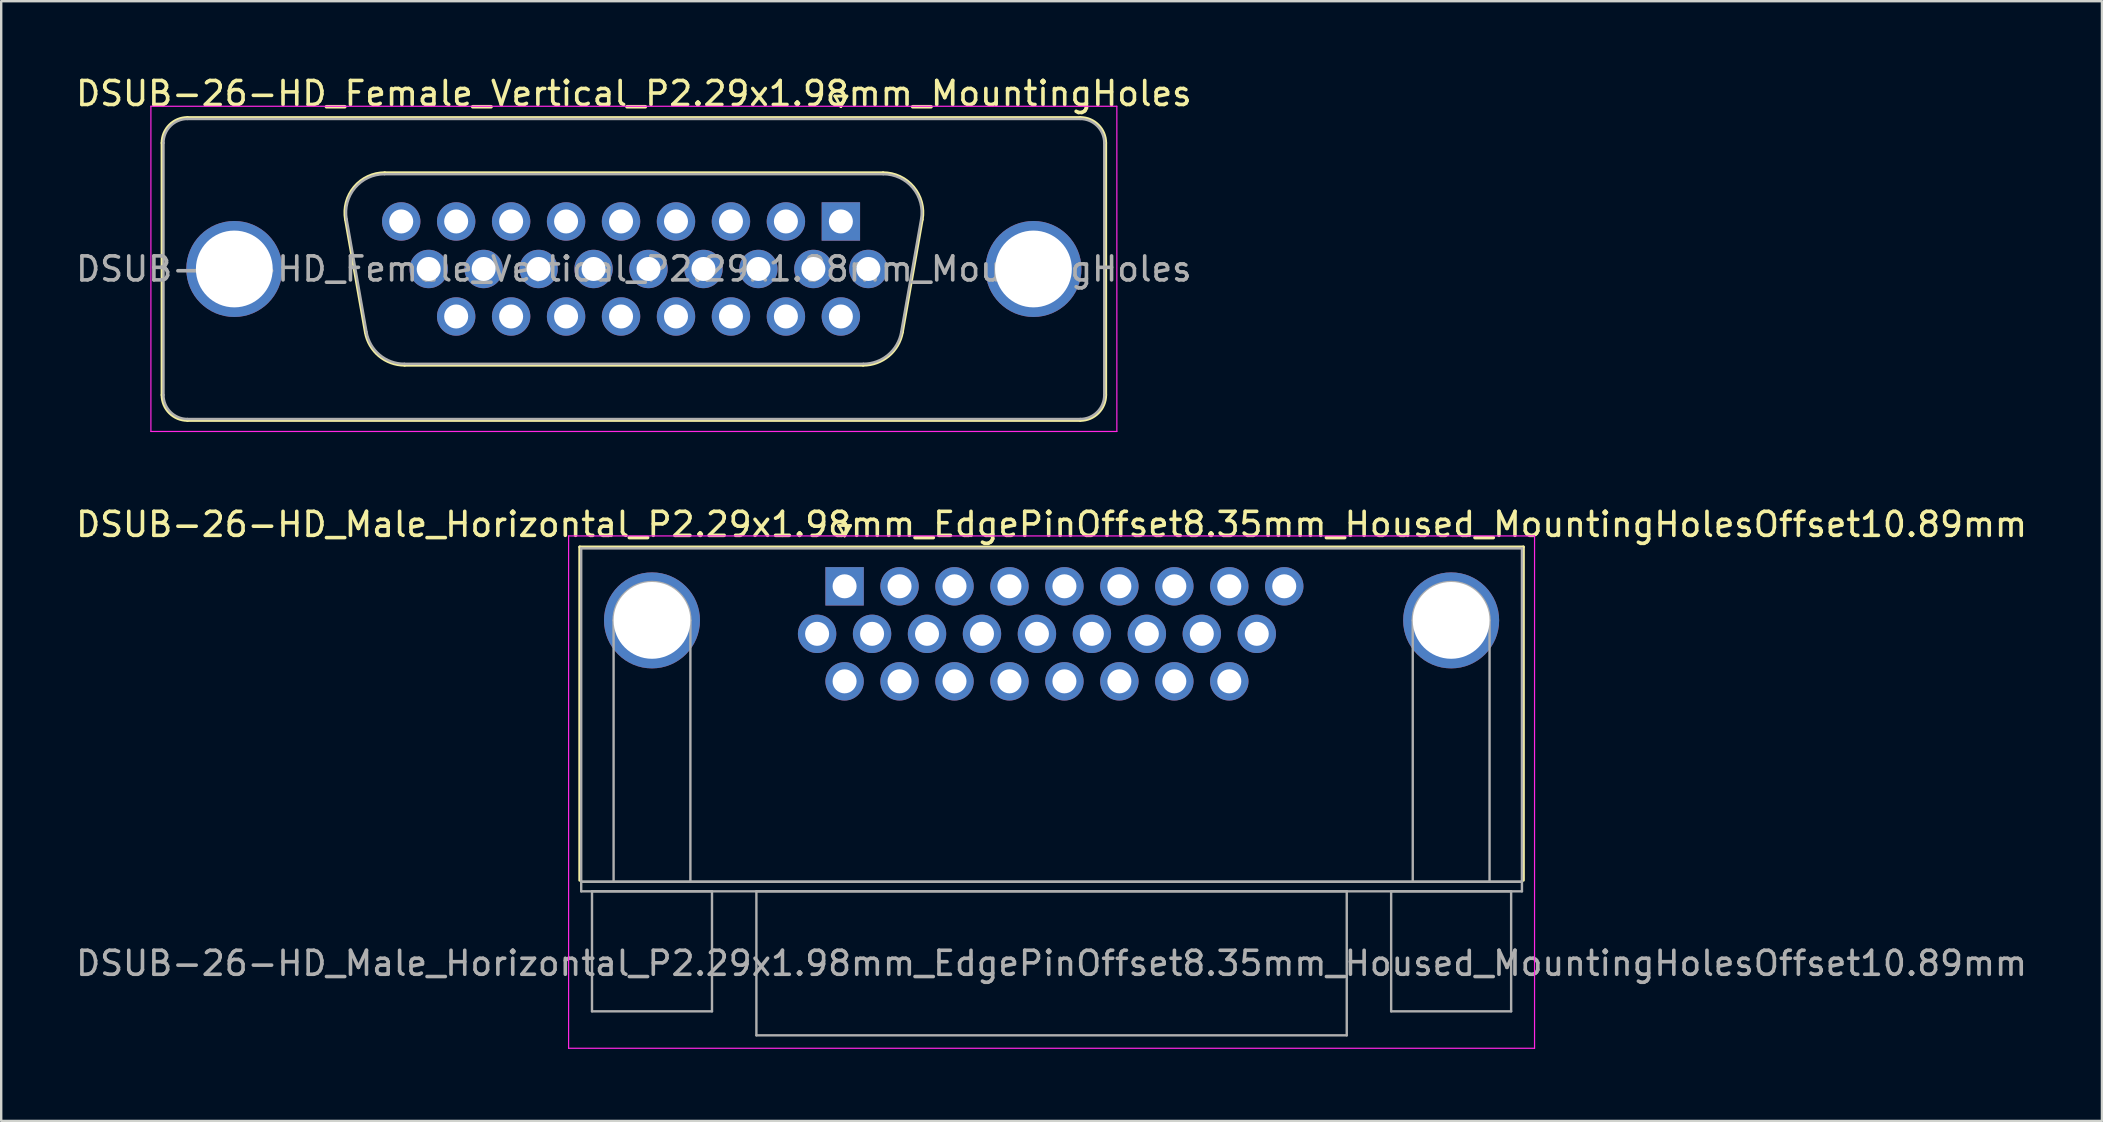
<source format=kicad_pcb>
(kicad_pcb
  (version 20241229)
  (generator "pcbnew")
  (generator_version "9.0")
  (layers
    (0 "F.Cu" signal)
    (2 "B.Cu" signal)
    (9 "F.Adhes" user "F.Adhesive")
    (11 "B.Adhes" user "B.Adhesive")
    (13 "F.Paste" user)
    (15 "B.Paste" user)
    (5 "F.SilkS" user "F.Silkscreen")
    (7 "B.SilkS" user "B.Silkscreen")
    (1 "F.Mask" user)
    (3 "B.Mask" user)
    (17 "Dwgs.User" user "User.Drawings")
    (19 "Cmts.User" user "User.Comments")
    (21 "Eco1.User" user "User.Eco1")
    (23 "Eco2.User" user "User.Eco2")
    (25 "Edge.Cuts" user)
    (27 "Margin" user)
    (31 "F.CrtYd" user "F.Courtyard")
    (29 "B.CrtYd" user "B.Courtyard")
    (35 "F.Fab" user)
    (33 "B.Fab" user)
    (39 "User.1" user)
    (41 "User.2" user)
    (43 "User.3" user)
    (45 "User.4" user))
  (footprint "DSUB-26-HD_Female_Vertical_P2.29x1.98mm_MountingHoles"
    (layer "F.Cu")
    (at 31.988 6.178)
    (property "Reference" "DSUB-26-HD_Female_Vertical_P2.29x1.98mm_MountingHoles" (at -8.625 -5.33 0) (layer "F.SilkS") (effects (font (size 1 1) (thickness 0.15))))
    (attr through_hole)
    (fp_line (start -28.285 7.23) (end -28.285 -3.27) (stroke (width 0.12) (type solid)) (layer "F.SilkS"))
    (fp_line (start -27.225 -4.33) (end 9.975 -4.33) (stroke (width 0.12) (type solid)) (layer "F.SilkS"))
    (fp_line (start -20.641 -0.082) (end -19.813 4.618) (stroke (width 0.12) (type solid)) (layer "F.SilkS"))
    (fp_line (start -19.007 -2.03) (end 1.757 -2.03) (stroke (width 0.12) (type solid)) (layer "F.SilkS"))
    (fp_line (start -18.178 5.99) (end 0.928 5.99) (stroke (width 0.12) (type solid)) (layer "F.SilkS"))
    (fp_line (start -0.25 -5.224) (end 0.25 -5.224) (stroke (width 0.12) (type solid)) (layer "F.SilkS"))
    (fp_line (start 0 -4.791) (end -0.25 -5.224) (stroke (width 0.12) (type solid)) (layer "F.SilkS"))
    (fp_line (start 0.25 -5.224) (end 0 -4.791) (stroke (width 0.12) (type solid)) (layer "F.SilkS"))
    (fp_line (start 3.391 -0.082) (end 2.563 4.618) (stroke (width 0.12) (type solid)) (layer "F.SilkS"))
    (fp_line (start 9.975 8.29) (end -27.225 8.29) (stroke (width 0.12) (type solid)) (layer "F.SilkS"))
    (fp_line (start 11.035 -3.27) (end 11.035 7.23) (stroke (width 0.12) (type solid)) (layer "F.SilkS"))
    (fp_arc (start -28.285 -3.27) (mid -27.974533 -4.019533) (end -27.225 -4.33) (stroke (width 0.12) (type solid)) (layer "F.SilkS"))
    (fp_arc (start -27.225 8.29) (mid -27.974533 7.979533) (end -28.285 7.23) (stroke (width 0.12) (type solid)) (layer "F.SilkS"))
    (fp_arc (start -20.64147 -0.081744) (mid -20.278323 -1.437028) (end -19.006689 -2.03) (stroke (width 0.12) (type solid)) (layer "F.SilkS"))
    (fp_arc (start -18.177952 5.99) (mid -19.244979 5.601634) (end -19.812733 4.618256) (stroke (width 0.12) (type solid)) (layer "F.SilkS"))
    (fp_arc (start 1.756689 -2.03) (mid 3.028323 -1.437027) (end 3.39147 -0.081744) (stroke (width 0.12) (type solid)) (layer "F.SilkS"))
    (fp_arc (start 2.562733 4.618256) (mid 1.99498 5.601634) (end 0.927952 5.99) (stroke (width 0.12) (type solid)) (layer "F.SilkS"))
    (fp_arc (start 9.975 -4.33) (mid 10.724533 -4.019533) (end 11.035 -3.27) (stroke (width 0.12) (type solid)) (layer "F.SilkS"))
    (fp_arc (start 11.035 7.23) (mid 10.724533 7.979533) (end 9.975 8.29) (stroke (width 0.12) (type solid)) (layer "F.SilkS"))
    (fp_line (start -28.75 -4.8) (end -28.75 8.75) (stroke (width 0.05) (type solid)) (layer "F.CrtYd"))
    (fp_line (start -28.75 8.75) (end 11.5 8.75) (stroke (width 0.05) (type solid)) (layer "F.CrtYd"))
    (fp_line (start 11.5 -4.8) (end -28.75 -4.8) (stroke (width 0.05) (type solid)) (layer "F.CrtYd"))
    (fp_line (start 11.5 8.75) (end 11.5 -4.8) (stroke (width 0.05) (type solid)) (layer "F.CrtYd"))
    (fp_line (start -28.225 7.23) (end -28.225 -3.27) (stroke (width 0.1) (type solid)) (layer "F.Fab"))
    (fp_line (start -27.225 -4.27) (end 9.975 -4.27) (stroke (width 0.1) (type solid)) (layer "F.Fab"))
    (fp_line (start -20.594 -0.092) (end -19.765 4.608) (stroke (width 0.1) (type solid)) (layer "F.Fab"))
    (fp_line (start -19.018 -1.97) (end 1.768 -1.97) (stroke (width 0.1) (type solid)) (layer "F.Fab"))
    (fp_line (start -18.189 5.93) (end 0.939 5.93) (stroke (width 0.1) (type solid)) (layer "F.Fab"))
    (fp_line (start 3.344 -0.092) (end 2.515 4.608) (stroke (width 0.1) (type solid)) (layer "F.Fab"))
    (fp_line (start 9.975 8.23) (end -27.225 8.23) (stroke (width 0.1) (type solid)) (layer "F.Fab"))
    (fp_line (start 10.975 -3.27) (end 10.975 7.23) (stroke (width 0.1) (type solid)) (layer "F.Fab"))
    (fp_arc (start -28.225 -3.27) (mid -27.932107 -3.977107) (end -27.225 -4.27) (stroke (width 0.1) (type solid)) (layer "F.Fab"))
    (fp_arc (start -27.225 8.23) (mid -27.932107 7.937107) (end -28.225 7.23) (stroke (width 0.1) (type solid)) (layer "F.Fab"))
    (fp_arc (start -20.593886 -0.092163) (mid -20.243865 -1.39846) (end -19.018194 -1.97) (stroke (width 0.1) (type solid)) (layer "F.Fab"))
    (fp_arc (start -18.189457 5.93) (mid -19.217917 5.555671) (end -19.765149 4.607837) (stroke (width 0.1) (type solid)) (layer "F.Fab"))
    (fp_arc (start 1.768194 -1.97) (mid 2.993865 -1.39846) (end 3.343886 -0.092163) (stroke (width 0.1) (type solid)) (layer "F.Fab"))
    (fp_arc (start 2.515149 4.607837) (mid 1.967917 5.555671) (end 0.939457 5.93) (stroke (width 0.1) (type solid)) (layer "F.Fab"))
    (fp_arc (start 9.975 -4.27) (mid 10.682107 -3.977107) (end 10.975 -3.27) (stroke (width 0.1) (type solid)) (layer "F.Fab"))
    (fp_arc (start 10.975 7.23) (mid 10.682107 7.937107) (end 9.975 8.23) (stroke (width 0.1) (type solid)) (layer "F.Fab"))
    (fp_text user "${REFERENCE}" (at -8.625 1.98 0) (layer "F.Fab") (effects (font (size 1 1) (thickness 0.15))))
    (pad "0" thru_hole circle (at -25.275 1.98) (size 4 4) (drill 3.2) (layers "*.Cu" "*.Mask"))
    (pad "0" thru_hole circle (at 8.025 1.98) (size 4 4) (drill 3.2) (layers "*.Cu" "*.Mask"))
    (pad "1" thru_hole rect (at 0 0) (size 1.6 1.6) (drill 1) (layers "*.Cu" "*.Mask"))
    (pad "2" thru_hole circle (at -2.29 0) (size 1.6 1.6) (drill 1) (layers "*.Cu" "*.Mask"))
    (pad "3" thru_hole circle (at -4.58 0) (size 1.6 1.6) (drill 1) (layers "*.Cu" "*.Mask"))
    (pad "4" thru_hole circle (at -6.87 0) (size 1.6 1.6) (drill 1) (layers "*.Cu" "*.Mask"))
    (pad "5" thru_hole circle (at -9.16 0) (size 1.6 1.6) (drill 1) (layers "*.Cu" "*.Mask"))
    (pad "6" thru_hole circle (at -11.45 0) (size 1.6 1.6) (drill 1) (layers "*.Cu" "*.Mask"))
    (pad "7" thru_hole circle (at -13.74 0) (size 1.6 1.6) (drill 1) (layers "*.Cu" "*.Mask"))
    (pad "8" thru_hole circle (at -16.03 0) (size 1.6 1.6) (drill 1) (layers "*.Cu" "*.Mask"))
    (pad "9" thru_hole circle (at -18.32 0) (size 1.6 1.6) (drill 1) (layers "*.Cu" "*.Mask"))
    (pad "10" thru_hole circle (at 1.145 1.98) (size 1.6 1.6) (drill 1) (layers "*.Cu" "*.Mask"))
    (pad "11" thru_hole circle (at -1.145 1.98) (size 1.6 1.6) (drill 1) (layers "*.Cu" "*.Mask"))
    (pad "12" thru_hole circle (at -3.435 1.98) (size 1.6 1.6) (drill 1) (layers "*.Cu" "*.Mask"))
    (pad "13" thru_hole circle (at -5.725 1.98) (size 1.6 1.6) (drill 1) (layers "*.Cu" "*.Mask"))
    (pad "14" thru_hole circle (at -8.015 1.98) (size 1.6 1.6) (drill 1) (layers "*.Cu" "*.Mask"))
    (pad "15" thru_hole circle (at -10.305 1.98) (size 1.6 1.6) (drill 1) (layers "*.Cu" "*.Mask"))
    (pad "16" thru_hole circle (at -12.595 1.98) (size 1.6 1.6) (drill 1) (layers "*.Cu" "*.Mask"))
    (pad "17" thru_hole circle (at -14.885 1.98) (size 1.6 1.6) (drill 1) (layers "*.Cu" "*.Mask"))
    (pad "18" thru_hole circle (at -17.175 1.98) (size 1.6 1.6) (drill 1) (layers "*.Cu" "*.Mask"))
    (pad "19" thru_hole circle (at 0 3.96) (size 1.6 1.6) (drill 1) (layers "*.Cu" "*.Mask"))
    (pad "20" thru_hole circle (at -2.29 3.96) (size 1.6 1.6) (drill 1) (layers "*.Cu" "*.Mask"))
    (pad "21" thru_hole circle (at -4.58 3.96) (size 1.6 1.6) (drill 1) (layers "*.Cu" "*.Mask"))
    (pad "22" thru_hole circle (at -6.87 3.96) (size 1.6 1.6) (drill 1) (layers "*.Cu" "*.Mask"))
    (pad "23" thru_hole circle (at -9.16 3.96) (size 1.6 1.6) (drill 1) (layers "*.Cu" "*.Mask"))
    (pad "24" thru_hole circle (at -11.45 3.96) (size 1.6 1.6) (drill 1) (layers "*.Cu" "*.Mask"))
    (pad "25" thru_hole circle (at -13.74 3.96) (size 1.6 1.6) (drill 1) (layers "*.Cu" "*.Mask"))
    (pad "26" thru_hole circle (at -16.03 3.96) (size 1.6 1.6) (drill 1) (layers "*.Cu" "*.Mask")))
  (footprint "DSUB-26-HD_Male_Horizontal_P2.29x1.98mm_EdgePinOffset8.35mm_Housed_MountingHolesOffset10.89mm"
    (layer "F.Cu")
    (at 32.143 21.381)
    (property "Reference" "DSUB-26-HD_Male_Horizontal_P2.29x1.98mm_EdgePinOffset8.35mm_Housed_MountingHolesOffset10.89mm" (at 8.625 -2.58 0) (layer "F.SilkS") (effects (font (size 1 1) (thickness 0.15))))
    (attr through_hole)
    (fp_line (start -11.035 -1.64) (end 28.285 -1.64) (stroke (width 0.12) (type solid)) (layer "F.SilkS"))
    (fp_line (start -11.035 12.25) (end -11.035 -1.64) (stroke (width 0.12) (type solid)) (layer "F.SilkS"))
    (fp_line (start -0.25 -2.534) (end 0.25 -2.534) (stroke (width 0.12) (type solid)) (layer "F.SilkS"))
    (fp_line (start 0 -2.101) (end -0.25 -2.534) (stroke (width 0.12) (type solid)) (layer "F.SilkS"))
    (fp_line (start 0.25 -2.534) (end 0 -2.101) (stroke (width 0.12) (type solid)) (layer "F.SilkS"))
    (fp_line (start 28.285 -1.64) (end 28.285 12.25) (stroke (width 0.12) (type solid)) (layer "F.SilkS"))
    (fp_line (start -11.5 -2.1) (end -11.5 19.25) (stroke (width 0.05) (type solid)) (layer "F.CrtYd"))
    (fp_line (start -11.5 19.25) (end 28.75 19.25) (stroke (width 0.05) (type solid)) (layer "F.CrtYd"))
    (fp_line (start 28.75 -2.1) (end -11.5 -2.1) (stroke (width 0.05) (type solid)) (layer "F.CrtYd"))
    (fp_line (start 28.75 19.25) (end 28.75 -2.1) (stroke (width 0.05) (type solid)) (layer "F.CrtYd"))
    (fp_line (start -10.975 -1.58) (end -10.975 12.31) (stroke (width 0.1) (type solid)) (layer "F.Fab"))
    (fp_line (start -10.975 12.31) (end -10.975 12.71) (stroke (width 0.1) (type solid)) (layer "F.Fab"))
    (fp_line (start -10.975 12.31) (end 28.225 12.31) (stroke (width 0.1) (type solid)) (layer "F.Fab"))
    (fp_line (start -10.975 12.71) (end 28.225 12.71) (stroke (width 0.1) (type solid)) (layer "F.Fab"))
    (fp_line (start -10.525 12.71) (end -10.525 17.71) (stroke (width 0.1) (type solid)) (layer "F.Fab"))
    (fp_line (start -10.525 17.71) (end -5.525 17.71) (stroke (width 0.1) (type solid)) (layer "F.Fab"))
    (fp_line (start -9.625 12.31) (end -9.625 1.42) (stroke (width 0.1) (type solid)) (layer "F.Fab"))
    (fp_line (start -6.425 12.31) (end -6.425 1.42) (stroke (width 0.1) (type solid)) (layer "F.Fab"))
    (fp_line (start -5.525 12.71) (end -10.525 12.71) (stroke (width 0.1) (type solid)) (layer "F.Fab"))
    (fp_line (start -5.525 17.71) (end -5.525 12.71) (stroke (width 0.1) (type solid)) (layer "F.Fab"))
    (fp_line (start -3.675 12.71) (end -3.675 18.71) (stroke (width 0.1) (type solid)) (layer "F.Fab"))
    (fp_line (start -3.675 18.71) (end 20.925 18.71) (stroke (width 0.1) (type solid)) (layer "F.Fab"))
    (fp_line (start 20.925 12.71) (end -3.675 12.71) (stroke (width 0.1) (type solid)) (layer "F.Fab"))
    (fp_line (start 20.925 18.71) (end 20.925 12.71) (stroke (width 0.1) (type solid)) (layer "F.Fab"))
    (fp_line (start 22.775 12.71) (end 22.775 17.71) (stroke (width 0.1) (type solid)) (layer "F.Fab"))
    (fp_line (start 22.775 17.71) (end 27.775 17.71) (stroke (width 0.1) (type solid)) (layer "F.Fab"))
    (fp_line (start 23.675 12.31) (end 23.675 1.42) (stroke (width 0.1) (type solid)) (layer "F.Fab"))
    (fp_line (start 26.875 12.31) (end 26.875 1.42) (stroke (width 0.1) (type solid)) (layer "F.Fab"))
    (fp_line (start 27.775 12.71) (end 22.775 12.71) (stroke (width 0.1) (type solid)) (layer "F.Fab"))
    (fp_line (start 27.775 17.71) (end 27.775 12.71) (stroke (width 0.1) (type solid)) (layer "F.Fab"))
    (fp_line (start 28.225 -1.58) (end -10.975 -1.58) (stroke (width 0.1) (type solid)) (layer "F.Fab"))
    (fp_line (start 28.225 12.31) (end -10.975 12.31) (stroke (width 0.1) (type solid)) (layer "F.Fab"))
    (fp_line (start 28.225 12.31) (end 28.225 -1.58) (stroke (width 0.1) (type solid)) (layer "F.Fab"))
    (fp_line (start 28.225 12.71) (end 28.225 12.31) (stroke (width 0.1) (type solid)) (layer "F.Fab"))
    (fp_arc (start -9.625 1.42) (mid -8.025 -0.18) (end -6.425 1.42) (stroke (width 0.1) (type solid)) (layer "F.Fab"))
    (fp_arc (start 23.675 1.42) (mid 25.275 -0.18) (end 26.875 1.42) (stroke (width 0.1) (type solid)) (layer "F.Fab"))
    (fp_text user "${REFERENCE}" (at 8.625 15.71 0) (layer "F.Fab") (effects (font (size 1 1) (thickness 0.15))))
    (pad "0" thru_hole circle (at -8.025 1.42) (size 4 4) (drill 3.2) (layers "*.Cu" "*.Mask"))
    (pad "0" thru_hole circle (at 25.275 1.42) (size 4 4) (drill 3.2) (layers "*.Cu" "*.Mask"))
    (pad "1" thru_hole rect (at 0 0) (size 1.6 1.6) (drill 1) (layers "*.Cu" "*.Mask"))
    (pad "2" thru_hole circle (at 2.29 0) (size 1.6 1.6) (drill 1) (layers "*.Cu" "*.Mask"))
    (pad "3" thru_hole circle (at 4.58 0) (size 1.6 1.6) (drill 1) (layers "*.Cu" "*.Mask"))
    (pad "4" thru_hole circle (at 6.87 0) (size 1.6 1.6) (drill 1) (layers "*.Cu" "*.Mask"))
    (pad "5" thru_hole circle (at 9.16 0) (size 1.6 1.6) (drill 1) (layers "*.Cu" "*.Mask"))
    (pad "6" thru_hole circle (at 11.45 0) (size 1.6 1.6) (drill 1) (layers "*.Cu" "*.Mask"))
    (pad "7" thru_hole circle (at 13.74 0) (size 1.6 1.6) (drill 1) (layers "*.Cu" "*.Mask"))
    (pad "8" thru_hole circle (at 16.03 0) (size 1.6 1.6) (drill 1) (layers "*.Cu" "*.Mask"))
    (pad "9" thru_hole circle (at 18.32 0) (size 1.6 1.6) (drill 1) (layers "*.Cu" "*.Mask"))
    (pad "10" thru_hole circle (at -1.145 1.98) (size 1.6 1.6) (drill 1) (layers "*.Cu" "*.Mask"))
    (pad "11" thru_hole circle (at 1.145 1.98) (size 1.6 1.6) (drill 1) (layers "*.Cu" "*.Mask"))
    (pad "12" thru_hole circle (at 3.435 1.98) (size 1.6 1.6) (drill 1) (layers "*.Cu" "*.Mask"))
    (pad "13" thru_hole circle (at 5.725 1.98) (size 1.6 1.6) (drill 1) (layers "*.Cu" "*.Mask"))
    (pad "14" thru_hole circle (at 8.015 1.98) (size 1.6 1.6) (drill 1) (layers "*.Cu" "*.Mask"))
    (pad "15" thru_hole circle (at 10.305 1.98) (size 1.6 1.6) (drill 1) (layers "*.Cu" "*.Mask"))
    (pad "16" thru_hole circle (at 12.595 1.98) (size 1.6 1.6) (drill 1) (layers "*.Cu" "*.Mask"))
    (pad "17" thru_hole circle (at 14.885 1.98) (size 1.6 1.6) (drill 1) (layers "*.Cu" "*.Mask"))
    (pad "18" thru_hole circle (at 17.175 1.98) (size 1.6 1.6) (drill 1) (layers "*.Cu" "*.Mask"))
    (pad "19" thru_hole circle (at 0 3.96) (size 1.6 1.6) (drill 1) (layers "*.Cu" "*.Mask"))
    (pad "20" thru_hole circle (at 2.29 3.96) (size 1.6 1.6) (drill 1) (layers "*.Cu" "*.Mask"))
    (pad "21" thru_hole circle (at 4.58 3.96) (size 1.6 1.6) (drill 1) (layers "*.Cu" "*.Mask"))
    (pad "22" thru_hole circle (at 6.87 3.96) (size 1.6 1.6) (drill 1) (layers "*.Cu" "*.Mask"))
    (pad "23" thru_hole circle (at 9.16 3.96) (size 1.6 1.6) (drill 1) (layers "*.Cu" "*.Mask"))
    (pad "24" thru_hole circle (at 11.45 3.96) (size 1.6 1.6) (drill 1) (layers "*.Cu" "*.Mask"))
    (pad "25" thru_hole circle (at 13.74 3.96) (size 1.6 1.6) (drill 1) (layers "*.Cu" "*.Mask"))
    (pad "26" thru_hole circle (at 16.03 3.96) (size 1.6 1.6) (drill 1) (layers "*.Cu" "*.Mask")))
  (gr_rect
    (start -3 -3)
    (end 84.536 43.657)
    (stroke (width 0.1) (type default))
    (fill no)
    (layer "Edge.Cuts")))
</source>
